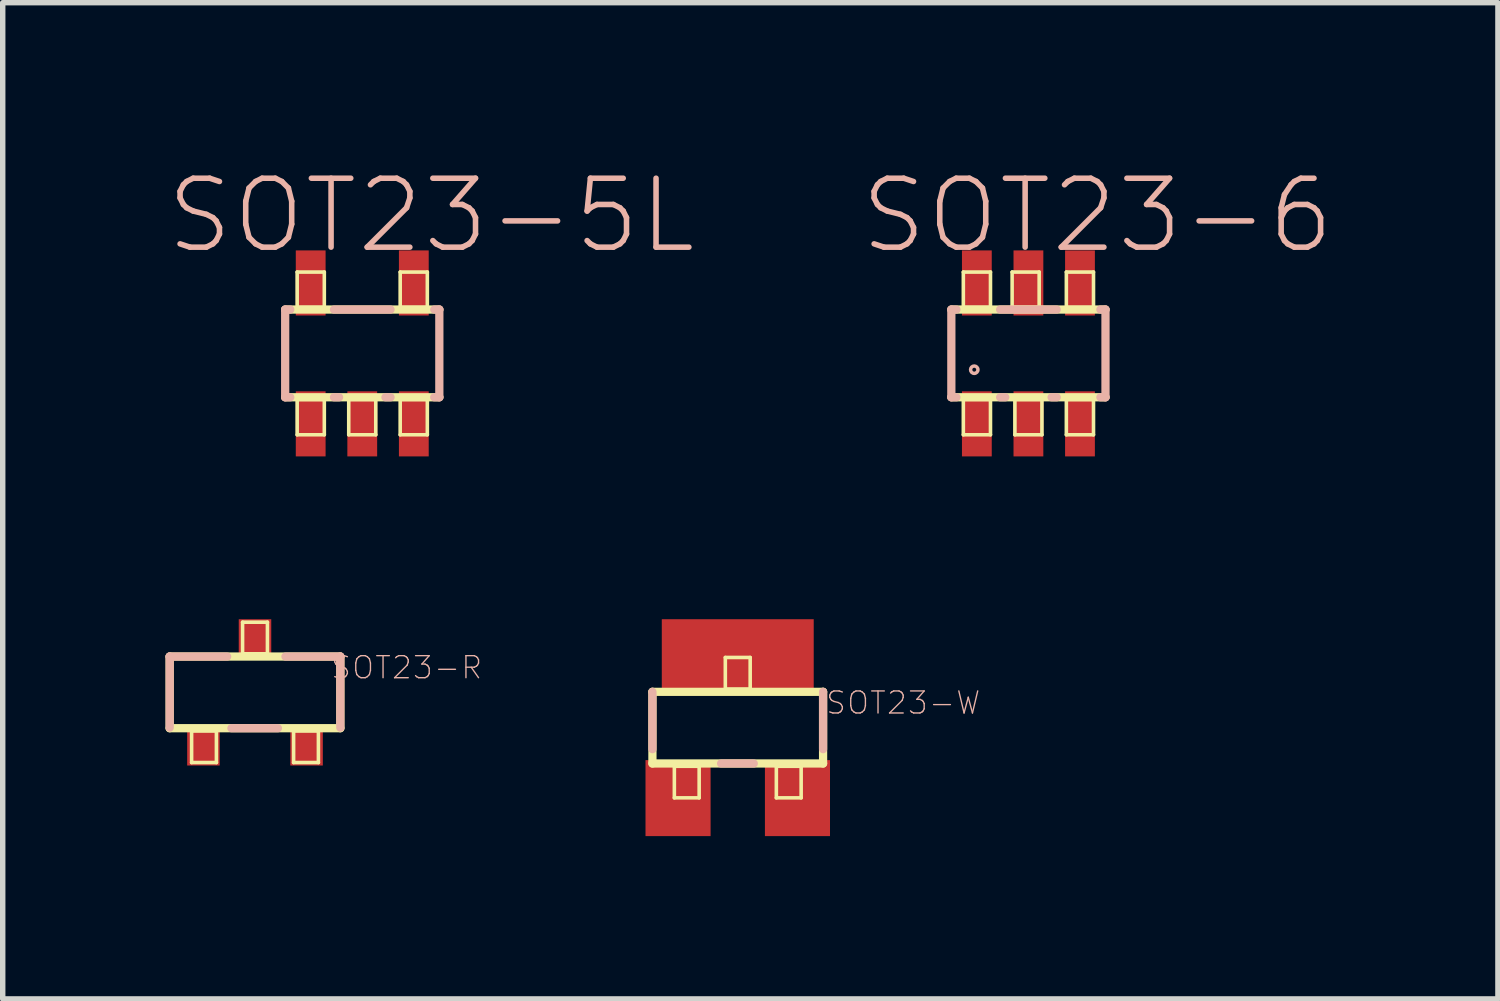
<source format=kicad_pcb>
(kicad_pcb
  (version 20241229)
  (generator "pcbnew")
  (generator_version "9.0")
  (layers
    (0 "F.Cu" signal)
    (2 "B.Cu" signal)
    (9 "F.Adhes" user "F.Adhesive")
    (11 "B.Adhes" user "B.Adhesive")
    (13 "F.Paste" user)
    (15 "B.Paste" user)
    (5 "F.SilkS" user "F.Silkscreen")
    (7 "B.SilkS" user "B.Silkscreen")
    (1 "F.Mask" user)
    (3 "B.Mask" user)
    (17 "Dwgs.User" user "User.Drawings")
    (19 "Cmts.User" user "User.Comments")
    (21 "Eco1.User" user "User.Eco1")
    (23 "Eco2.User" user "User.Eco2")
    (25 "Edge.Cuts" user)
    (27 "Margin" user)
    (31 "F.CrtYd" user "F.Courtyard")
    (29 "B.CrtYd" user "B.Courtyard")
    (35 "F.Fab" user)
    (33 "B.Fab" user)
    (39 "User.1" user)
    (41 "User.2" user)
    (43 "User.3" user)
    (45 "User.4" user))
  (footprint "SOT23-6"
    (layer "F.Cu")
    (at 15.897 3.461)
    (property "Reference" "SOT23-6" (at 1.27 -2.54 0) (layer "B.SilkS") (effects (font (size 1.27 1.27) (thickness 0.102))))
    (attr smd)
    (fp_line (start -1.42 -0.808) (end 1.42 -0.808) (stroke (width 0.152) (type solid)) (layer "F.SilkS"))
    (fp_line (start -1.199 -1.499) (end -0.699 -1.499) (stroke (width 0.066) (type solid)) (layer "F.SilkS"))
    (fp_line (start -1.199 -0.848) (end -1.199 -1.499) (stroke (width 0.066) (type solid)) (layer "F.SilkS"))
    (fp_line (start -1.199 -0.848) (end -0.699 -0.848) (stroke (width 0.066) (type solid)) (layer "F.SilkS"))
    (fp_line (start -1.199 0.848) (end -0.699 0.848) (stroke (width 0.066) (type solid)) (layer "F.SilkS"))
    (fp_line (start -1.199 1.499) (end -1.199 0.848) (stroke (width 0.066) (type solid)) (layer "F.SilkS"))
    (fp_line (start -1.199 1.499) (end -0.699 1.499) (stroke (width 0.066) (type solid)) (layer "F.SilkS"))
    (fp_line (start -0.699 -0.848) (end -0.699 -1.499) (stroke (width 0.066) (type solid)) (layer "F.SilkS"))
    (fp_line (start -0.699 1.499) (end -0.699 0.848) (stroke (width 0.066) (type solid)) (layer "F.SilkS"))
    (fp_line (start -0.3 -1.499) (end 0.198 -1.499) (stroke (width 0.066) (type solid)) (layer "F.SilkS"))
    (fp_line (start -0.3 -0.848) (end -0.3 -1.499) (stroke (width 0.066) (type solid)) (layer "F.SilkS"))
    (fp_line (start -0.3 -0.848) (end 0.198 -0.848) (stroke (width 0.066) (type solid)) (layer "F.SilkS"))
    (fp_line (start -0.249 0.848) (end 0.249 0.848) (stroke (width 0.066) (type solid)) (layer "F.SilkS"))
    (fp_line (start -0.249 1.499) (end -0.249 0.848) (stroke (width 0.066) (type solid)) (layer "F.SilkS"))
    (fp_line (start -0.249 1.499) (end 0.249 1.499) (stroke (width 0.066) (type solid)) (layer "F.SilkS"))
    (fp_line (start 0.198 -0.848) (end 0.198 -1.499) (stroke (width 0.066) (type solid)) (layer "F.SilkS"))
    (fp_line (start 0.249 1.499) (end 0.249 0.848) (stroke (width 0.066) (type solid)) (layer "F.SilkS"))
    (fp_line (start 0.699 -1.499) (end 1.199 -1.499) (stroke (width 0.066) (type solid)) (layer "F.SilkS"))
    (fp_line (start 0.699 -0.848) (end 0.699 -1.499) (stroke (width 0.066) (type solid)) (layer "F.SilkS"))
    (fp_line (start 0.699 -0.848) (end 1.199 -0.848) (stroke (width 0.066) (type solid)) (layer "F.SilkS"))
    (fp_line (start 0.699 0.848) (end 1.199 0.848) (stroke (width 0.066) (type solid)) (layer "F.SilkS"))
    (fp_line (start 0.699 1.499) (end 0.699 0.848) (stroke (width 0.066) (type solid)) (layer "F.SilkS"))
    (fp_line (start 0.699 1.499) (end 1.199 1.499) (stroke (width 0.066) (type solid)) (layer "F.SilkS"))
    (fp_line (start 1.199 -0.848) (end 1.199 -1.499) (stroke (width 0.066) (type solid)) (layer "F.SilkS"))
    (fp_line (start 1.199 1.499) (end 1.199 0.848) (stroke (width 0.066) (type solid)) (layer "F.SilkS"))
    (fp_line (start 1.42 0.808) (end -1.42 0.808) (stroke (width 0.152) (type solid)) (layer "F.SilkS"))
    (fp_line (start -1.42 -0.808) (end -1.326 -0.808) (stroke (width 0.152) (type solid)) (layer "B.SilkS"))
    (fp_line (start -1.42 0.808) (end -1.42 -0.808) (stroke (width 0.152) (type solid)) (layer "B.SilkS"))
    (fp_line (start -1.326 0.808) (end -1.42 0.808) (stroke (width 0.152) (type solid)) (layer "B.SilkS"))
    (fp_line (start -0.521 -0.808) (end 0.521 -0.808) (stroke (width 0.152) (type solid)) (layer "B.SilkS"))
    (fp_line (start -0.427 0.808) (end -0.521 0.808) (stroke (width 0.152) (type solid)) (layer "B.SilkS"))
    (fp_line (start 0.521 0.808) (end 0.427 0.808) (stroke (width 0.152) (type solid)) (layer "B.SilkS"))
    (fp_line (start 1.326 -0.808) (end 1.42 -0.808) (stroke (width 0.152) (type solid)) (layer "B.SilkS"))
    (fp_line (start 1.42 -0.808) (end 1.42 0.808) (stroke (width 0.152) (type solid)) (layer "B.SilkS"))
    (fp_line (start 1.42 0.808) (end 1.326 0.808) (stroke (width 0.152) (type solid)) (layer "B.SilkS"))
    (fp_circle (center -0.998 0.3) (end -1.046 0.348) (stroke (width 0.064) (type solid)) (fill no) (layer "B.SilkS"))
    (pad "1" smd rect (at -0.95 1.298) (size 0.549 1.199) (layers "F.Cu" "F.Mask" "F.Paste"))
    (pad "2" smd rect (at 0 1.298) (size 0.549 1.199) (layers "F.Cu" "F.Mask" "F.Paste"))
    (pad "3" smd rect (at 0.95 1.298) (size 0.549 1.199) (layers "F.Cu" "F.Mask" "F.Paste"))
    (pad "4" smd rect (at 0.95 -1.298) (size 0.549 1.199) (layers "F.Cu" "F.Mask" "F.Paste"))
    (pad "5" smd rect (at 0 -1.298) (size 0.549 1.199) (layers "F.Cu" "F.Mask" "F.Paste"))
    (pad "6" smd rect (at -0.95 -1.298) (size 0.549 1.199) (layers "F.Cu" "F.Mask" "F.Paste")))
  (footprint "SOT23-5L"
    (layer "F.Cu")
    (at 3.624 3.461)
    (property "Reference" "SOT23-5L" (at 1.27 -2.54 0) (layer "B.SilkS") (effects (font (size 1.27 1.27) (thickness 0.102))))
    (attr smd)
    (fp_line (start -1.42 -0.808) (end 1.42 -0.808) (stroke (width 0.152) (type solid)) (layer "F.SilkS"))
    (fp_line (start -1.199 -1.499) (end -0.699 -1.499) (stroke (width 0.066) (type solid)) (layer "F.SilkS"))
    (fp_line (start -1.199 -0.848) (end -1.199 -1.499) (stroke (width 0.066) (type solid)) (layer "F.SilkS"))
    (fp_line (start -1.199 -0.848) (end -0.699 -0.848) (stroke (width 0.066) (type solid)) (layer "F.SilkS"))
    (fp_line (start -1.199 0.848) (end -0.699 0.848) (stroke (width 0.066) (type solid)) (layer "F.SilkS"))
    (fp_line (start -1.199 1.499) (end -1.199 0.848) (stroke (width 0.066) (type solid)) (layer "F.SilkS"))
    (fp_line (start -1.199 1.499) (end -0.699 1.499) (stroke (width 0.066) (type solid)) (layer "F.SilkS"))
    (fp_line (start -0.699 -0.848) (end -0.699 -1.499) (stroke (width 0.066) (type solid)) (layer "F.SilkS"))
    (fp_line (start -0.699 1.499) (end -0.699 0.848) (stroke (width 0.066) (type solid)) (layer "F.SilkS"))
    (fp_line (start -0.249 0.848) (end 0.249 0.848) (stroke (width 0.066) (type solid)) (layer "F.SilkS"))
    (fp_line (start -0.249 1.499) (end -0.249 0.848) (stroke (width 0.066) (type solid)) (layer "F.SilkS"))
    (fp_line (start -0.249 1.499) (end 0.249 1.499) (stroke (width 0.066) (type solid)) (layer "F.SilkS"))
    (fp_line (start 0.249 1.499) (end 0.249 0.848) (stroke (width 0.066) (type solid)) (layer "F.SilkS"))
    (fp_line (start 0.699 -1.499) (end 1.199 -1.499) (stroke (width 0.066) (type solid)) (layer "F.SilkS"))
    (fp_line (start 0.699 -0.848) (end 0.699 -1.499) (stroke (width 0.066) (type solid)) (layer "F.SilkS"))
    (fp_line (start 0.699 -0.848) (end 1.199 -0.848) (stroke (width 0.066) (type solid)) (layer "F.SilkS"))
    (fp_line (start 0.699 0.848) (end 1.199 0.848) (stroke (width 0.066) (type solid)) (layer "F.SilkS"))
    (fp_line (start 0.699 1.499) (end 0.699 0.848) (stroke (width 0.066) (type solid)) (layer "F.SilkS"))
    (fp_line (start 0.699 1.499) (end 1.199 1.499) (stroke (width 0.066) (type solid)) (layer "F.SilkS"))
    (fp_line (start 1.199 -0.848) (end 1.199 -1.499) (stroke (width 0.066) (type solid)) (layer "F.SilkS"))
    (fp_line (start 1.199 1.499) (end 1.199 0.848) (stroke (width 0.066) (type solid)) (layer "F.SilkS"))
    (fp_line (start 1.42 0.808) (end -1.42 0.808) (stroke (width 0.152) (type solid)) (layer "F.SilkS"))
    (fp_line (start -1.42 -0.808) (end -1.326 -0.808) (stroke (width 0.152) (type solid)) (layer "B.SilkS"))
    (fp_line (start -1.42 0.808) (end -1.42 -0.808) (stroke (width 0.152) (type solid)) (layer "B.SilkS"))
    (fp_line (start -1.326 0.808) (end -1.42 0.808) (stroke (width 0.152) (type solid)) (layer "B.SilkS"))
    (fp_line (start -0.521 -0.808) (end 0.521 -0.808) (stroke (width 0.152) (type solid)) (layer "B.SilkS"))
    (fp_line (start -0.427 0.808) (end -0.521 0.808) (stroke (width 0.152) (type solid)) (layer "B.SilkS"))
    (fp_line (start 0.521 0.808) (end 0.427 0.808) (stroke (width 0.152) (type solid)) (layer "B.SilkS"))
    (fp_line (start 1.326 -0.808) (end 1.42 -0.808) (stroke (width 0.152) (type solid)) (layer "B.SilkS"))
    (fp_line (start 1.42 -0.808) (end 1.42 0.808) (stroke (width 0.152) (type solid)) (layer "B.SilkS"))
    (fp_line (start 1.42 0.808) (end 1.326 0.808) (stroke (width 0.152) (type solid)) (layer "B.SilkS"))
    (pad "1" smd rect (at -0.95 1.298) (size 0.549 1.199) (layers "F.Cu" "F.Mask" "F.Paste"))
    (pad "2" smd rect (at 0 1.298) (size 0.549 1.199) (layers "F.Cu" "F.Mask" "F.Paste"))
    (pad "3" smd rect (at 0.95 1.298) (size 0.549 1.199) (layers "F.Cu" "F.Mask" "F.Paste"))
    (pad "4" smd rect (at 0.95 -1.298) (size 0.549 1.199) (layers "F.Cu" "F.Mask" "F.Paste"))
    (pad "5" smd rect (at -0.95 -1.298) (size 0.549 1.199) (layers "F.Cu" "F.Mask" "F.Paste")))
  (footprint "SOT23-R"
    (layer "F.Cu")
    (at 1.648 9.706)
    (property "Reference" "SOT23-R" (at 2.794 -0.457 0) (layer "B.SilkS") (effects (font (size 0.406 0.406) (thickness 0.025))))
    (attr smd)
    (fp_line (start -1.572 -0.66) (end 1.572 -0.66) (stroke (width 0.152) (type solid)) (layer "F.SilkS"))
    (fp_line (start -1.572 0.66) (end -1.572 -0.66) (stroke (width 0.152) (type solid)) (layer "F.SilkS"))
    (fp_line (start -1.168 0.711) (end -0.711 0.711) (stroke (width 0.066) (type solid)) (layer "F.SilkS"))
    (fp_line (start -1.168 1.293) (end -1.168 0.711) (stroke (width 0.066) (type solid)) (layer "F.SilkS"))
    (fp_line (start -1.168 1.293) (end -0.711 1.293) (stroke (width 0.066) (type solid)) (layer "F.SilkS"))
    (fp_line (start -0.711 1.293) (end -0.711 0.711) (stroke (width 0.066) (type solid)) (layer "F.SilkS"))
    (fp_line (start -0.229 -1.293) (end 0.229 -1.293) (stroke (width 0.066) (type solid)) (layer "F.SilkS"))
    (fp_line (start -0.229 -0.711) (end -0.229 -1.293) (stroke (width 0.066) (type solid)) (layer "F.SilkS"))
    (fp_line (start -0.229 -0.711) (end 0.229 -0.711) (stroke (width 0.066) (type solid)) (layer "F.SilkS"))
    (fp_line (start 0.229 -0.711) (end 0.229 -1.293) (stroke (width 0.066) (type solid)) (layer "F.SilkS"))
    (fp_line (start 0.711 0.711) (end 1.168 0.711) (stroke (width 0.066) (type solid)) (layer "F.SilkS"))
    (fp_line (start 0.711 1.293) (end 0.711 0.711) (stroke (width 0.066) (type solid)) (layer "F.SilkS"))
    (fp_line (start 0.711 1.293) (end 1.168 1.293) (stroke (width 0.066) (type solid)) (layer "F.SilkS"))
    (fp_line (start 1.168 1.293) (end 1.168 0.711) (stroke (width 0.066) (type solid)) (layer "F.SilkS"))
    (fp_line (start 1.572 -0.66) (end 1.572 0.66) (stroke (width 0.152) (type solid)) (layer "F.SilkS"))
    (fp_line (start 1.572 0.66) (end -1.572 0.66) (stroke (width 0.152) (type solid)) (layer "F.SilkS"))
    (fp_line (start -1.572 -0.66) (end -0.513 -0.66) (stroke (width 0.152) (type solid)) (layer "B.SilkS"))
    (fp_line (start -1.572 0.65) (end -1.572 -0.66) (stroke (width 0.152) (type solid)) (layer "B.SilkS"))
    (fp_line (start 0.422 0.66) (end -0.434 0.66) (stroke (width 0.152) (type solid)) (layer "B.SilkS"))
    (fp_line (start 0.561 -0.66) (end 1.572 -0.66) (stroke (width 0.152) (type solid)) (layer "B.SilkS"))
    (fp_line (start 1.572 -0.66) (end 1.572 0.65) (stroke (width 0.152) (type solid)) (layer "B.SilkS"))
    (pad "1" smd rect (at -0.95 0.998) (size 0.599 0.699) (layers "F.Cu" "F.Mask" "F.Paste"))
    (pad "2" smd rect (at 0.95 0.998) (size 0.599 0.699) (layers "F.Cu" "F.Mask" "F.Paste"))
    (pad "3" smd rect (at 0 -0.998) (size 0.599 0.699) (layers "F.Cu" "F.Mask" "F.Paste")))
  (footprint "SOT23-W"
    (layer "F.Cu")
    (at 10.542 10.356)
    (property "Reference" "SOT23-W" (at 3.048 -0.457 0) (layer "B.SilkS") (effects (font (size 0.406 0.406) (thickness 0.025))))
    (attr smd)
    (fp_line (start -1.572 -0.66) (end 1.572 -0.66) (stroke (width 0.152) (type solid)) (layer "F.SilkS"))
    (fp_line (start -1.572 0.66) (end -1.572 -0.66) (stroke (width 0.152) (type solid)) (layer "F.SilkS"))
    (fp_line (start -1.168 0.711) (end -0.711 0.711) (stroke (width 0.066) (type solid)) (layer "F.SilkS"))
    (fp_line (start -1.168 1.293) (end -1.168 0.711) (stroke (width 0.066) (type solid)) (layer "F.SilkS"))
    (fp_line (start -1.168 1.293) (end -0.711 1.293) (stroke (width 0.066) (type solid)) (layer "F.SilkS"))
    (fp_line (start -0.711 1.293) (end -0.711 0.711) (stroke (width 0.066) (type solid)) (layer "F.SilkS"))
    (fp_line (start -0.229 -1.293) (end 0.229 -1.293) (stroke (width 0.066) (type solid)) (layer "F.SilkS"))
    (fp_line (start -0.229 -0.711) (end -0.229 -1.293) (stroke (width 0.066) (type solid)) (layer "F.SilkS"))
    (fp_line (start -0.229 -0.711) (end 0.229 -0.711) (stroke (width 0.066) (type solid)) (layer "F.SilkS"))
    (fp_line (start 0.229 -0.711) (end 0.229 -1.293) (stroke (width 0.066) (type solid)) (layer "F.SilkS"))
    (fp_line (start 0.711 0.711) (end 1.168 0.711) (stroke (width 0.066) (type solid)) (layer "F.SilkS"))
    (fp_line (start 0.711 1.293) (end 0.711 0.711) (stroke (width 0.066) (type solid)) (layer "F.SilkS"))
    (fp_line (start 0.711 1.293) (end 1.168 1.293) (stroke (width 0.066) (type solid)) (layer "F.SilkS"))
    (fp_line (start 1.168 1.293) (end 1.168 0.711) (stroke (width 0.066) (type solid)) (layer "F.SilkS"))
    (fp_line (start 1.572 -0.66) (end 1.572 0.66) (stroke (width 0.152) (type solid)) (layer "F.SilkS"))
    (fp_line (start 1.572 0.66) (end -1.572 0.66) (stroke (width 0.152) (type solid)) (layer "F.SilkS"))
    (fp_line (start -1.572 0.396) (end -1.572 -0.66) (stroke (width 0.152) (type solid)) (layer "B.SilkS"))
    (fp_line (start 0.295 0.66) (end -0.307 0.66) (stroke (width 0.152) (type solid)) (layer "B.SilkS"))
    (fp_line (start 1.572 -0.66) (end 1.572 0.396) (stroke (width 0.152) (type solid)) (layer "B.SilkS"))
    (pad "1" smd rect (at -1.1 1.298) (size 1.199 1.4) (layers "F.Cu" "F.Mask" "F.Paste"))
    (pad "2" smd rect (at 1.1 1.298) (size 1.199 1.4) (layers "F.Cu" "F.Mask" "F.Paste"))
    (pad "3" smd rect (at 0 -1.298) (size 2.799 1.4) (layers "F.Cu" "F.Mask" "F.Paste")))
  (gr_rect
    (start -3 -3)
    (end 24.547 15.354)
    (stroke (width 0.1) (type default))
    (fill no)
    (layer "Edge.Cuts")))
</source>
